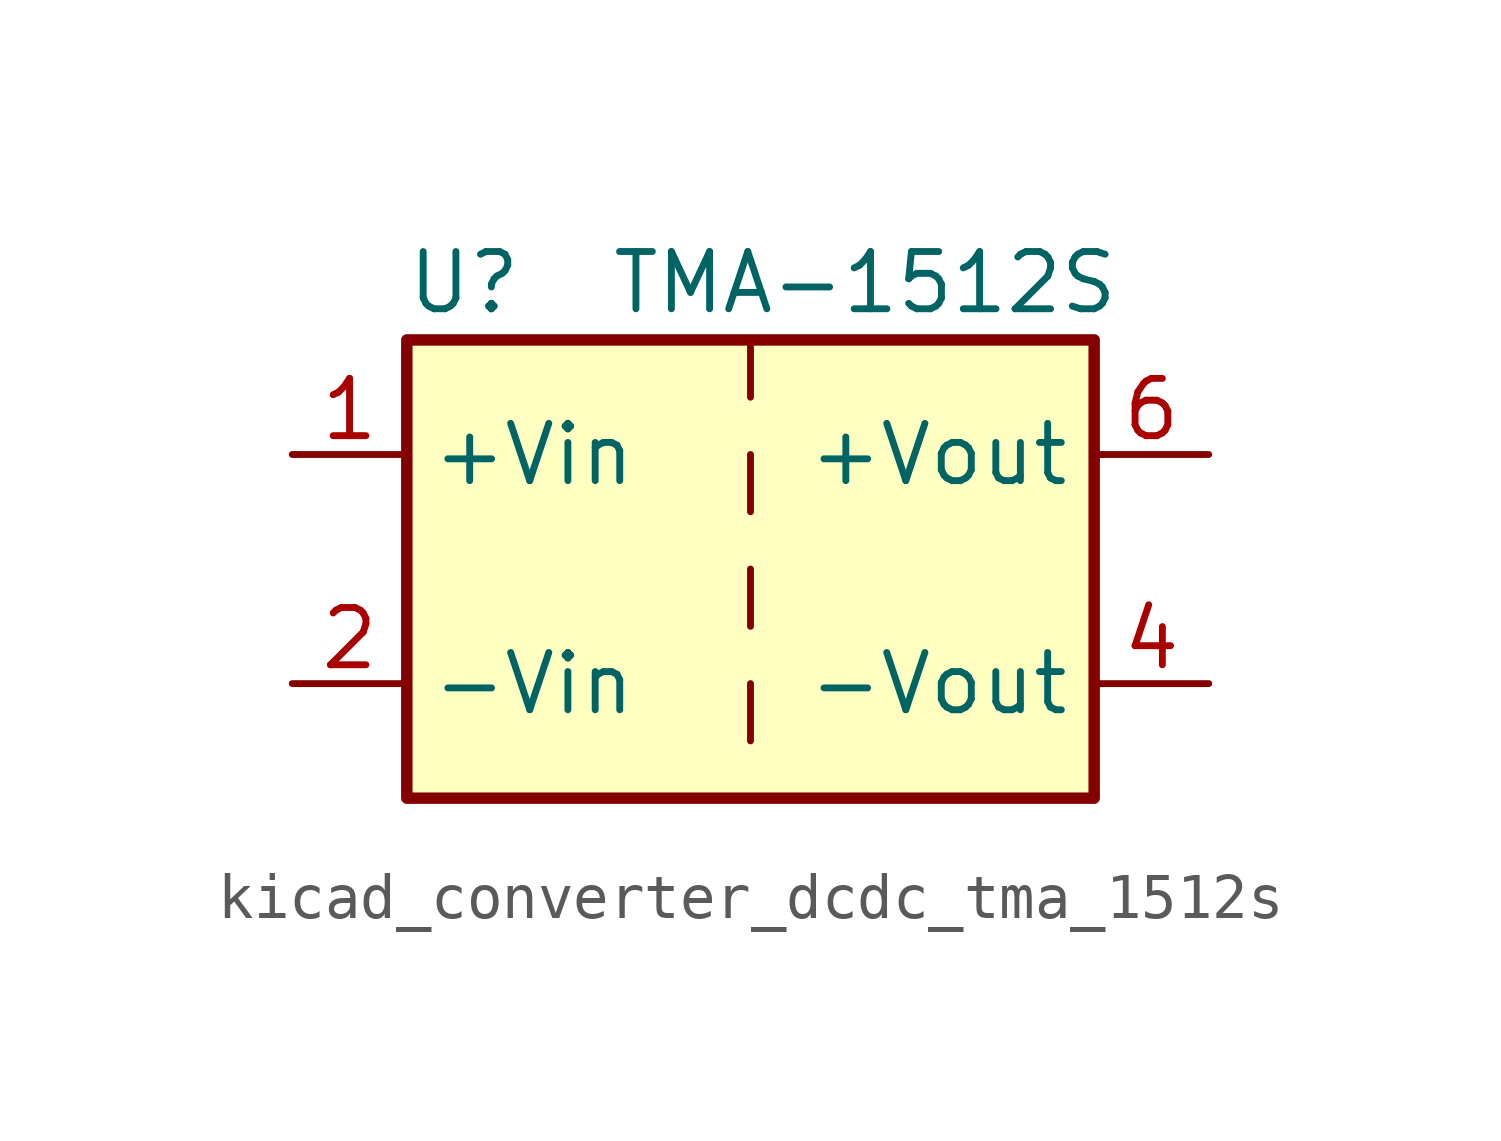
<source format=kicad_sym>
(kicad_symbol_lib
  (version 20220914)
  (generator kicad_symbol_editor)
  (symbol "kicad_converter_dcdc_tma_1512s"
    (property "Reference" "U"
      (at -6.35 6.35 0)
      (effects (font (size 1.27 1.27))))
    (property "Value" "TMA-1512S"
      (at 2.54 6.35 0)
      (effects (font (size 1.27 1.27))))
    (symbol "kicad_converter_dcdc_tma_1512s_0_1"
      (rectangle (start -7.62 5.08) (end 7.62 -5.08) (stroke (width 0.254) (type default)) (fill (type background)))
      (polyline (pts (xy 0 -2.54) (xy 0 -3.81)) (stroke (width 0) (type default)) (fill (type none)))
      (polyline (pts (xy 0 0) (xy 0 -1.27)) (stroke (width 0) (type default)) (fill (type none)))
      (polyline (pts (xy 0 2.54) (xy 0 1.27)) (stroke (width 0) (type default)) (fill (type none)))
      (polyline (pts (xy 0 5.08) (xy 0 3.81)) (stroke (width 0) (type default)) (fill (type none))))
    (symbol "kicad_converter_dcdc_tma_1512s_1_1"
      (pin power_in line (at -10.16 2.54 0) (length 2.54) (name "+Vin" (effects (font (size 1.27 1.27)))) (number "1" (effects (font (size 1.27 1.27)))))
      (pin power_in line (at -10.16 -2.54 0) (length 2.54) (name "-Vin" (effects (font (size 1.27 1.27)))) (number "2" (effects (font (size 1.27 1.27)))))
      (pin power_out line (at 10.16 -2.54 180) (length 2.54) (name "-Vout" (effects (font (size 1.27 1.27)))) (number "4" (effects (font (size 1.27 1.27)))))
      (pin power_out line (at 10.16 2.54 180) (length 2.54) (name "+Vout" (effects (font (size 1.27 1.27)))) (number "6" (effects (font (size 1.27 1.27))))))))
</source>
